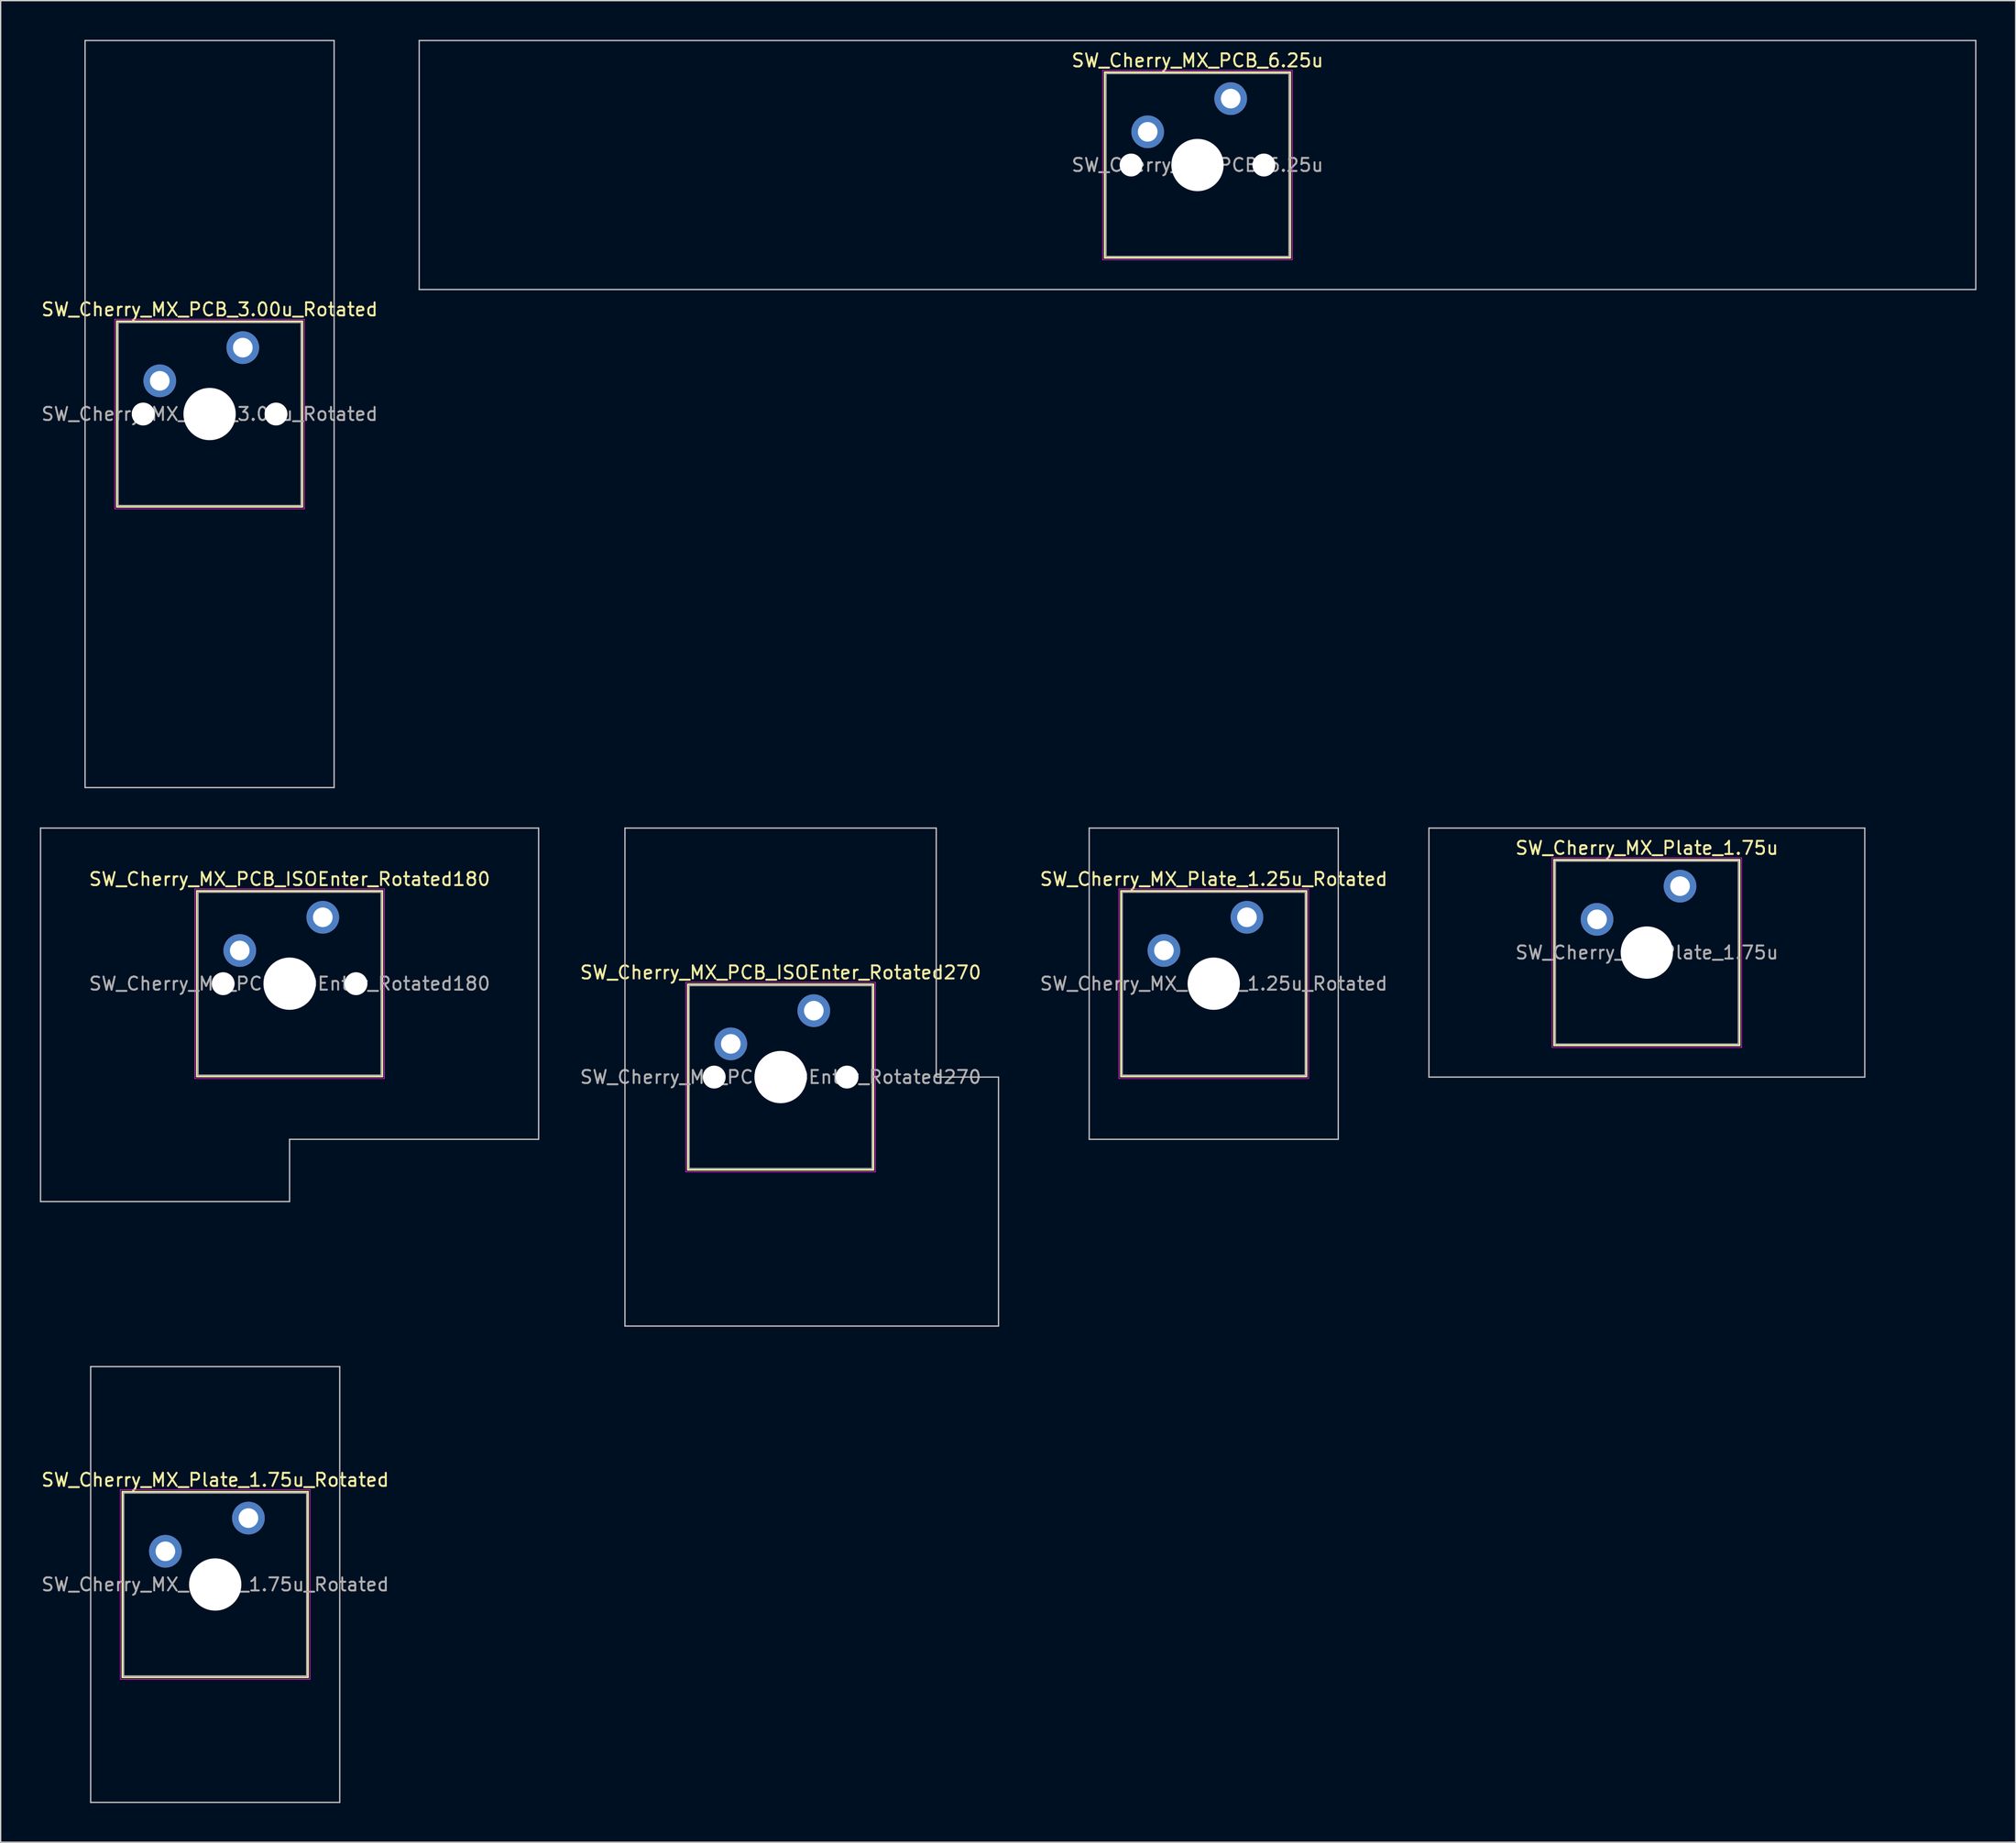
<source format=kicad_pcb>
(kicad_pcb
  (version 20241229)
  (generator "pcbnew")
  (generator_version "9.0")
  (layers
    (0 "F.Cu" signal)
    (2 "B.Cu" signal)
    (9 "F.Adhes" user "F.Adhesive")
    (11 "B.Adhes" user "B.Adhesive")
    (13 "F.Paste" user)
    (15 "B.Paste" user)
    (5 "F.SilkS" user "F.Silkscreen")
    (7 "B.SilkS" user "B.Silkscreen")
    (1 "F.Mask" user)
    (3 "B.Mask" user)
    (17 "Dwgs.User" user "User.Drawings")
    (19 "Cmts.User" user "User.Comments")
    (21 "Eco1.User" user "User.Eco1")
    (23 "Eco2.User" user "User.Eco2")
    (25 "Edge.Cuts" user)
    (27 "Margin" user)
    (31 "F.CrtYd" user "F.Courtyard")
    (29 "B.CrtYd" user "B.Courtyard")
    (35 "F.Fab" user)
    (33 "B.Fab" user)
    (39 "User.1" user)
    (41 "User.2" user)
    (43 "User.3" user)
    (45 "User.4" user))
  (footprint "SW_Cherry_MX_Plate_1.75u_Rotated"
    (layer "F.Cu")
    (at 13.411 118.169)
    (property "Reference" "SW_Cherry_MX_Plate_1.75u_Rotated" (at 0 -8 0) (layer "F.SilkS") (effects (font (size 1 1) (thickness 0.15))))
    (attr through_hole)
    (fp_line (start -7.1 -7.1) (end -7.1 7.1) (stroke (width 0.12) (type solid)) (layer "F.SilkS"))
    (fp_line (start -7.1 7.1) (end 7.1 7.1) (stroke (width 0.12) (type solid)) (layer "F.SilkS"))
    (fp_line (start 7.1 -7.1) (end -7.1 -7.1) (stroke (width 0.12) (type solid)) (layer "F.SilkS"))
    (fp_line (start 7.1 7.1) (end 7.1 -7.1) (stroke (width 0.12) (type solid)) (layer "F.SilkS"))
    (fp_line (start -9.525 -16.669) (end -9.525 16.669) (stroke (width 0.1) (type solid)) (layer "Dwgs.User"))
    (fp_line (start -9.525 16.669) (end 9.525 16.669) (stroke (width 0.1) (type solid)) (layer "Dwgs.User"))
    (fp_line (start 9.525 -16.669) (end -9.525 -16.669) (stroke (width 0.1) (type solid)) (layer "Dwgs.User"))
    (fp_line (start 9.525 16.669) (end 9.525 -16.669) (stroke (width 0.1) (type solid)) (layer "Dwgs.User"))
    (fp_line (start -7.25 -7.25) (end -7.25 7.25) (stroke (width 0.05) (type solid)) (layer "F.CrtYd"))
    (fp_line (start -7.25 7.25) (end 7.25 7.25) (stroke (width 0.05) (type solid)) (layer "F.CrtYd"))
    (fp_line (start 7.25 -7.25) (end -7.25 -7.25) (stroke (width 0.05) (type solid)) (layer "F.CrtYd"))
    (fp_line (start 7.25 7.25) (end 7.25 -7.25) (stroke (width 0.05) (type solid)) (layer "F.CrtYd"))
    (fp_line (start -7 -7) (end -7 7) (stroke (width 0.1) (type solid)) (layer "F.Fab"))
    (fp_line (start -7 7) (end 7 7) (stroke (width 0.1) (type solid)) (layer "F.Fab"))
    (fp_line (start 7 -7) (end -7 -7) (stroke (width 0.1) (type solid)) (layer "F.Fab"))
    (fp_line (start 7 7) (end 7 -7) (stroke (width 0.1) (type solid)) (layer "F.Fab"))
    (fp_text user "${REFERENCE}" (at 0 0 0) (layer "F.Fab") (effects (font (size 1 1) (thickness 0.15))))
    (pad "" np_thru_hole circle (at 0 0) (size 4 4) (drill 4) (layers "*.Cu" "*.Mask"))
    (pad "1" thru_hole circle (at -3.81 -2.54) (size 2.5 2.5) (drill 1.5) (layers "*.Cu" "B.Mask"))
    (pad "2" thru_hole circle (at 2.54 -5.08) (size 2.5 2.5) (drill 1.5) (layers "*.Cu" "B.Mask")))
  (footprint "SW_Cherry_MX_PCB_ISOEnter_Rotated180"
    (layer "F.Cu")
    (at 19.1 72.206)
    (property "Reference" "SW_Cherry_MX_PCB_ISOEnter_Rotated180" (at 0 -8 0) (layer "F.SilkS") (effects (font (size 1 1) (thickness 0.15))))
    (attr through_hole)
    (fp_line (start -7.1 -7.1) (end -7.1 7.1) (stroke (width 0.12) (type solid)) (layer "F.SilkS"))
    (fp_line (start -7.1 7.1) (end 7.1 7.1) (stroke (width 0.12) (type solid)) (layer "F.SilkS"))
    (fp_line (start 7.1 -7.1) (end -7.1 -7.1) (stroke (width 0.12) (type solid)) (layer "F.SilkS"))
    (fp_line (start 7.1 7.1) (end 7.1 -7.1) (stroke (width 0.12) (type solid)) (layer "F.SilkS"))
    (fp_line (start -19.05 -11.906) (end -19.05 16.669) (stroke (width 0.1) (type solid)) (layer "Dwgs.User"))
    (fp_line (start -19.05 16.669) (end 0 16.669) (stroke (width 0.1) (type solid)) (layer "Dwgs.User"))
    (fp_line (start 0 11.906) (end 19.05 11.906) (stroke (width 0.1) (type solid)) (layer "Dwgs.User"))
    (fp_line (start 0 16.669) (end 0 11.906) (stroke (width 0.1) (type solid)) (layer "Dwgs.User"))
    (fp_line (start 19.05 -11.906) (end -19.05 -11.906) (stroke (width 0.1) (type solid)) (layer "Dwgs.User"))
    (fp_line (start 19.05 11.906) (end 19.05 -11.906) (stroke (width 0.1) (type solid)) (layer "Dwgs.User"))
    (fp_line (start -7.25 -7.25) (end -7.25 7.25) (stroke (width 0.05) (type solid)) (layer "F.CrtYd"))
    (fp_line (start -7.25 7.25) (end 7.25 7.25) (stroke (width 0.05) (type solid)) (layer "F.CrtYd"))
    (fp_line (start 7.25 -7.25) (end -7.25 -7.25) (stroke (width 0.05) (type solid)) (layer "F.CrtYd"))
    (fp_line (start 7.25 7.25) (end 7.25 -7.25) (stroke (width 0.05) (type solid)) (layer "F.CrtYd"))
    (fp_line (start -7 -7) (end -7 7) (stroke (width 0.1) (type solid)) (layer "F.Fab"))
    (fp_line (start -7 7) (end 7 7) (stroke (width 0.1) (type solid)) (layer "F.Fab"))
    (fp_line (start 7 -7) (end -7 -7) (stroke (width 0.1) (type solid)) (layer "F.Fab"))
    (fp_line (start 7 7) (end 7 -7) (stroke (width 0.1) (type solid)) (layer "F.Fab"))
    (fp_text user "${REFERENCE}" (at 0 0 0) (layer "F.Fab") (effects (font (size 1 1) (thickness 0.15))))
    (pad "" np_thru_hole circle (at -5.08 0) (size 1.75 1.75) (drill 1.75) (layers "*.Cu" "*.Mask"))
    (pad "" np_thru_hole circle (at 0 0) (size 4 4) (drill 4) (layers "*.Cu" "*.Mask"))
    (pad "" np_thru_hole circle (at 5.08 0) (size 1.75 1.75) (drill 1.75) (layers "*.Cu" "*.Mask"))
    (pad "1" thru_hole circle (at -3.81 -2.54) (size 2.5 2.5) (drill 1.5) (layers "*.Cu" "B.Mask"))
    (pad "2" thru_hole circle (at 2.54 -5.08) (size 2.5 2.5) (drill 1.5) (layers "*.Cu" "B.Mask")))
  (footprint "SW_Cherry_MX_PCB_3.00u_Rotated"
    (layer "F.Cu")
    (at 12.982 28.625)
    (property "Reference" "SW_Cherry_MX_PCB_3.00u_Rotated" (at 0 -8 0) (layer "F.SilkS") (effects (font (size 1 1) (thickness 0.15))))
    (attr through_hole)
    (fp_line (start -7.1 -7.1) (end -7.1 7.1) (stroke (width 0.12) (type solid)) (layer "F.SilkS"))
    (fp_line (start -7.1 7.1) (end 7.1 7.1) (stroke (width 0.12) (type solid)) (layer "F.SilkS"))
    (fp_line (start 7.1 -7.1) (end -7.1 -7.1) (stroke (width 0.12) (type solid)) (layer "F.SilkS"))
    (fp_line (start 7.1 7.1) (end 7.1 -7.1) (stroke (width 0.12) (type solid)) (layer "F.SilkS"))
    (fp_line (start -9.525 -28.575) (end -9.525 28.575) (stroke (width 0.1) (type solid)) (layer "Dwgs.User"))
    (fp_line (start -9.525 28.575) (end 9.525 28.575) (stroke (width 0.1) (type solid)) (layer "Dwgs.User"))
    (fp_line (start 9.525 -28.575) (end -9.525 -28.575) (stroke (width 0.1) (type solid)) (layer "Dwgs.User"))
    (fp_line (start 9.525 28.575) (end 9.525 -28.575) (stroke (width 0.1) (type solid)) (layer "Dwgs.User"))
    (fp_line (start -7.25 -7.25) (end -7.25 7.25) (stroke (width 0.05) (type solid)) (layer "F.CrtYd"))
    (fp_line (start -7.25 7.25) (end 7.25 7.25) (stroke (width 0.05) (type solid)) (layer "F.CrtYd"))
    (fp_line (start 7.25 -7.25) (end -7.25 -7.25) (stroke (width 0.05) (type solid)) (layer "F.CrtYd"))
    (fp_line (start 7.25 7.25) (end 7.25 -7.25) (stroke (width 0.05) (type solid)) (layer "F.CrtYd"))
    (fp_line (start -7 -7) (end -7 7) (stroke (width 0.1) (type solid)) (layer "F.Fab"))
    (fp_line (start -7 7) (end 7 7) (stroke (width 0.1) (type solid)) (layer "F.Fab"))
    (fp_line (start 7 -7) (end -7 -7) (stroke (width 0.1) (type solid)) (layer "F.Fab"))
    (fp_line (start 7 7) (end 7 -7) (stroke (width 0.1) (type solid)) (layer "F.Fab"))
    (fp_text user "${REFERENCE}" (at 0 0 0) (layer "F.Fab") (effects (font (size 1 1) (thickness 0.15))))
    (pad "" np_thru_hole circle (at -5.08 0) (size 1.75 1.75) (drill 1.75) (layers "*.Cu" "*.Mask"))
    (pad "" np_thru_hole circle (at 0 0) (size 4 4) (drill 4) (layers "*.Cu" "*.Mask"))
    (pad "" np_thru_hole circle (at 5.08 0) (size 1.75 1.75) (drill 1.75) (layers "*.Cu" "*.Mask"))
    (pad "1" thru_hole circle (at -3.81 -2.54) (size 2.5 2.5) (drill 1.5) (layers "*.Cu" "B.Mask"))
    (pad "2" thru_hole circle (at 2.54 -5.08) (size 2.5 2.5) (drill 1.5) (layers "*.Cu" "B.Mask")))
  (footprint "SW_Cherry_MX_Plate_1.25u_Rotated"
    (layer "F.Cu")
    (at 89.788 72.206)
    (property "Reference" "SW_Cherry_MX_Plate_1.25u_Rotated" (at 0 -8 0) (layer "F.SilkS") (effects (font (size 1 1) (thickness 0.15))))
    (attr through_hole)
    (fp_line (start -7.1 -7.1) (end -7.1 7.1) (stroke (width 0.12) (type solid)) (layer "F.SilkS"))
    (fp_line (start -7.1 7.1) (end 7.1 7.1) (stroke (width 0.12) (type solid)) (layer "F.SilkS"))
    (fp_line (start 7.1 -7.1) (end -7.1 -7.1) (stroke (width 0.12) (type solid)) (layer "F.SilkS"))
    (fp_line (start 7.1 7.1) (end 7.1 -7.1) (stroke (width 0.12) (type solid)) (layer "F.SilkS"))
    (fp_line (start -9.525 -11.906) (end -9.525 11.906) (stroke (width 0.1) (type solid)) (layer "Dwgs.User"))
    (fp_line (start -9.525 11.906) (end 9.525 11.906) (stroke (width 0.1) (type solid)) (layer "Dwgs.User"))
    (fp_line (start 9.525 -11.906) (end -9.525 -11.906) (stroke (width 0.1) (type solid)) (layer "Dwgs.User"))
    (fp_line (start 9.525 11.906) (end 9.525 -11.906) (stroke (width 0.1) (type solid)) (layer "Dwgs.User"))
    (fp_line (start -7.25 -7.25) (end -7.25 7.25) (stroke (width 0.05) (type solid)) (layer "F.CrtYd"))
    (fp_line (start -7.25 7.25) (end 7.25 7.25) (stroke (width 0.05) (type solid)) (layer "F.CrtYd"))
    (fp_line (start 7.25 -7.25) (end -7.25 -7.25) (stroke (width 0.05) (type solid)) (layer "F.CrtYd"))
    (fp_line (start 7.25 7.25) (end 7.25 -7.25) (stroke (width 0.05) (type solid)) (layer "F.CrtYd"))
    (fp_line (start -7 -7) (end -7 7) (stroke (width 0.1) (type solid)) (layer "F.Fab"))
    (fp_line (start -7 7) (end 7 7) (stroke (width 0.1) (type solid)) (layer "F.Fab"))
    (fp_line (start 7 -7) (end -7 -7) (stroke (width 0.1) (type solid)) (layer "F.Fab"))
    (fp_line (start 7 7) (end 7 -7) (stroke (width 0.1) (type solid)) (layer "F.Fab"))
    (fp_text user "${REFERENCE}" (at 0 0 0) (layer "F.Fab") (effects (font (size 1 1) (thickness 0.15))))
    (pad "" np_thru_hole circle (at 0 0) (size 4 4) (drill 4) (layers "*.Cu" "*.Mask"))
    (pad "1" thru_hole circle (at -3.81 -2.54) (size 2.5 2.5) (drill 1.5) (layers "*.Cu" "B.Mask"))
    (pad "2" thru_hole circle (at 2.54 -5.08) (size 2.5 2.5) (drill 1.5) (layers "*.Cu" "B.Mask")))
  (footprint "SW_Cherry_MX_PCB_ISOEnter_Rotated270"
    (layer "F.Cu")
    (at 56.658 79.35)
    (property "Reference" "SW_Cherry_MX_PCB_ISOEnter_Rotated270" (at 0 -8 0) (layer "F.SilkS") (effects (font (size 1 1) (thickness 0.15))))
    (attr through_hole)
    (fp_line (start -7.1 -7.1) (end -7.1 7.1) (stroke (width 0.12) (type solid)) (layer "F.SilkS"))
    (fp_line (start -7.1 7.1) (end 7.1 7.1) (stroke (width 0.12) (type solid)) (layer "F.SilkS"))
    (fp_line (start 7.1 -7.1) (end -7.1 -7.1) (stroke (width 0.12) (type solid)) (layer "F.SilkS"))
    (fp_line (start 7.1 7.1) (end 7.1 -7.1) (stroke (width 0.12) (type solid)) (layer "F.SilkS"))
    (fp_line (start -11.906 -19.05) (end -11.906 19.05) (stroke (width 0.1) (type solid)) (layer "Dwgs.User"))
    (fp_line (start -11.906 19.05) (end 16.669 19.05) (stroke (width 0.1) (type solid)) (layer "Dwgs.User"))
    (fp_line (start 11.906 -19.05) (end -11.906 -19.05) (stroke (width 0.1) (type solid)) (layer "Dwgs.User"))
    (fp_line (start 11.906 0) (end 11.906 -19.05) (stroke (width 0.1) (type solid)) (layer "Dwgs.User"))
    (fp_line (start 16.669 0) (end 11.906 0) (stroke (width 0.1) (type solid)) (layer "Dwgs.User"))
    (fp_line (start 16.669 19.05) (end 16.669 0) (stroke (width 0.1) (type solid)) (layer "Dwgs.User"))
    (fp_line (start -7.25 -7.25) (end -7.25 7.25) (stroke (width 0.05) (type solid)) (layer "F.CrtYd"))
    (fp_line (start -7.25 7.25) (end 7.25 7.25) (stroke (width 0.05) (type solid)) (layer "F.CrtYd"))
    (fp_line (start 7.25 -7.25) (end -7.25 -7.25) (stroke (width 0.05) (type solid)) (layer "F.CrtYd"))
    (fp_line (start 7.25 7.25) (end 7.25 -7.25) (stroke (width 0.05) (type solid)) (layer "F.CrtYd"))
    (fp_line (start -7 -7) (end -7 7) (stroke (width 0.1) (type solid)) (layer "F.Fab"))
    (fp_line (start -7 7) (end 7 7) (stroke (width 0.1) (type solid)) (layer "F.Fab"))
    (fp_line (start 7 -7) (end -7 -7) (stroke (width 0.1) (type solid)) (layer "F.Fab"))
    (fp_line (start 7 7) (end 7 -7) (stroke (width 0.1) (type solid)) (layer "F.Fab"))
    (fp_text user "${REFERENCE}" (at 0 0 0) (layer "F.Fab") (effects (font (size 1 1) (thickness 0.15))))
    (pad "" np_thru_hole circle (at -5.08 0) (size 1.75 1.75) (drill 1.75) (layers "*.Cu" "*.Mask"))
    (pad "" np_thru_hole circle (at 0 0) (size 4 4) (drill 4) (layers "*.Cu" "*.Mask"))
    (pad "" np_thru_hole circle (at 5.08 0) (size 1.75 1.75) (drill 1.75) (layers "*.Cu" "*.Mask"))
    (pad "1" thru_hole circle (at -3.81 -2.54) (size 2.5 2.5) (drill 1.5) (layers "*.Cu" "B.Mask"))
    (pad "2" thru_hole circle (at 2.54 -5.08) (size 2.5 2.5) (drill 1.5) (layers "*.Cu" "B.Mask")))
  (footprint "SW_Cherry_MX_Plate_1.75u"
    (layer "F.Cu")
    (at 122.917 69.825)
    (property "Reference" "SW_Cherry_MX_Plate_1.75u" (at 0 -8 0) (layer "F.SilkS") (effects (font (size 1 1) (thickness 0.15))))
    (attr through_hole)
    (fp_line (start -7.1 -7.1) (end -7.1 7.1) (stroke (width 0.12) (type solid)) (layer "F.SilkS"))
    (fp_line (start -7.1 7.1) (end 7.1 7.1) (stroke (width 0.12) (type solid)) (layer "F.SilkS"))
    (fp_line (start 7.1 -7.1) (end -7.1 -7.1) (stroke (width 0.12) (type solid)) (layer "F.SilkS"))
    (fp_line (start 7.1 7.1) (end 7.1 -7.1) (stroke (width 0.12) (type solid)) (layer "F.SilkS"))
    (fp_line (start -16.669 -9.525) (end -16.669 9.525) (stroke (width 0.1) (type solid)) (layer "Dwgs.User"))
    (fp_line (start -16.669 9.525) (end 16.669 9.525) (stroke (width 0.1) (type solid)) (layer "Dwgs.User"))
    (fp_line (start 16.669 -9.525) (end -16.669 -9.525) (stroke (width 0.1) (type solid)) (layer "Dwgs.User"))
    (fp_line (start 16.669 9.525) (end 16.669 -9.525) (stroke (width 0.1) (type solid)) (layer "Dwgs.User"))
    (fp_line (start -7.25 -7.25) (end -7.25 7.25) (stroke (width 0.05) (type solid)) (layer "F.CrtYd"))
    (fp_line (start -7.25 7.25) (end 7.25 7.25) (stroke (width 0.05) (type solid)) (layer "F.CrtYd"))
    (fp_line (start 7.25 -7.25) (end -7.25 -7.25) (stroke (width 0.05) (type solid)) (layer "F.CrtYd"))
    (fp_line (start 7.25 7.25) (end 7.25 -7.25) (stroke (width 0.05) (type solid)) (layer "F.CrtYd"))
    (fp_line (start -7 -7) (end -7 7) (stroke (width 0.1) (type solid)) (layer "F.Fab"))
    (fp_line (start -7 7) (end 7 7) (stroke (width 0.1) (type solid)) (layer "F.Fab"))
    (fp_line (start 7 -7) (end -7 -7) (stroke (width 0.1) (type solid)) (layer "F.Fab"))
    (fp_line (start 7 7) (end 7 -7) (stroke (width 0.1) (type solid)) (layer "F.Fab"))
    (fp_text user "${REFERENCE}" (at 0 0 0) (layer "F.Fab") (effects (font (size 1 1) (thickness 0.15))))
    (pad "" np_thru_hole circle (at 0 0) (size 4 4) (drill 4) (layers "*.Cu" "*.Mask"))
    (pad "1" thru_hole circle (at -3.81 -2.54) (size 2.5 2.5) (drill 1.5) (layers "*.Cu" "B.Mask"))
    (pad "2" thru_hole circle (at 2.54 -5.08) (size 2.5 2.5) (drill 1.5) (layers "*.Cu" "B.Mask")))
  (footprint "SW_Cherry_MX_PCB_6.25u"
    (layer "F.Cu")
    (at 88.546 9.575)
    (property "Reference" "SW_Cherry_MX_PCB_6.25u" (at 0 -8 0) (layer "F.SilkS") (effects (font (size 1 1) (thickness 0.15))))
    (attr through_hole)
    (fp_line (start -7.1 -7.1) (end -7.1 7.1) (stroke (width 0.12) (type solid)) (layer "F.SilkS"))
    (fp_line (start -7.1 7.1) (end 7.1 7.1) (stroke (width 0.12) (type solid)) (layer "F.SilkS"))
    (fp_line (start 7.1 -7.1) (end -7.1 -7.1) (stroke (width 0.12) (type solid)) (layer "F.SilkS"))
    (fp_line (start 7.1 7.1) (end 7.1 -7.1) (stroke (width 0.12) (type solid)) (layer "F.SilkS"))
    (fp_line (start -59.531 -9.525) (end -59.531 9.525) (stroke (width 0.1) (type solid)) (layer "Dwgs.User"))
    (fp_line (start -59.531 9.525) (end 59.531 9.525) (stroke (width 0.1) (type solid)) (layer "Dwgs.User"))
    (fp_line (start 59.531 -9.525) (end -59.531 -9.525) (stroke (width 0.1) (type solid)) (layer "Dwgs.User"))
    (fp_line (start 59.531 9.525) (end 59.531 -9.525) (stroke (width 0.1) (type solid)) (layer "Dwgs.User"))
    (fp_line (start -7.25 -7.25) (end -7.25 7.25) (stroke (width 0.05) (type solid)) (layer "F.CrtYd"))
    (fp_line (start -7.25 7.25) (end 7.25 7.25) (stroke (width 0.05) (type solid)) (layer "F.CrtYd"))
    (fp_line (start 7.25 -7.25) (end -7.25 -7.25) (stroke (width 0.05) (type solid)) (layer "F.CrtYd"))
    (fp_line (start 7.25 7.25) (end 7.25 -7.25) (stroke (width 0.05) (type solid)) (layer "F.CrtYd"))
    (fp_line (start -7 -7) (end -7 7) (stroke (width 0.1) (type solid)) (layer "F.Fab"))
    (fp_line (start -7 7) (end 7 7) (stroke (width 0.1) (type solid)) (layer "F.Fab"))
    (fp_line (start 7 -7) (end -7 -7) (stroke (width 0.1) (type solid)) (layer "F.Fab"))
    (fp_line (start 7 7) (end 7 -7) (stroke (width 0.1) (type solid)) (layer "F.Fab"))
    (fp_text user "${REFERENCE}" (at 0 0 0) (layer "F.Fab") (effects (font (size 1 1) (thickness 0.15))))
    (pad "" np_thru_hole circle (at -5.08 0) (size 1.75 1.75) (drill 1.75) (layers "*.Cu" "*.Mask"))
    (pad "" np_thru_hole circle (at 0 0) (size 4 4) (drill 4) (layers "*.Cu" "*.Mask"))
    (pad "" np_thru_hole circle (at 5.08 0) (size 1.75 1.75) (drill 1.75) (layers "*.Cu" "*.Mask"))
    (pad "1" thru_hole circle (at -3.81 -2.54) (size 2.5 2.5) (drill 1.5) (layers "*.Cu" "B.Mask"))
    (pad "2" thru_hole circle (at 2.54 -5.08) (size 2.5 2.5) (drill 1.5) (layers "*.Cu" "B.Mask")))
  (gr_rect
    (start -3 -3)
    (end 151.127 137.887)
    (stroke (width 0.1) (type default))
    (fill no)
    (layer "Edge.Cuts")))
</source>
